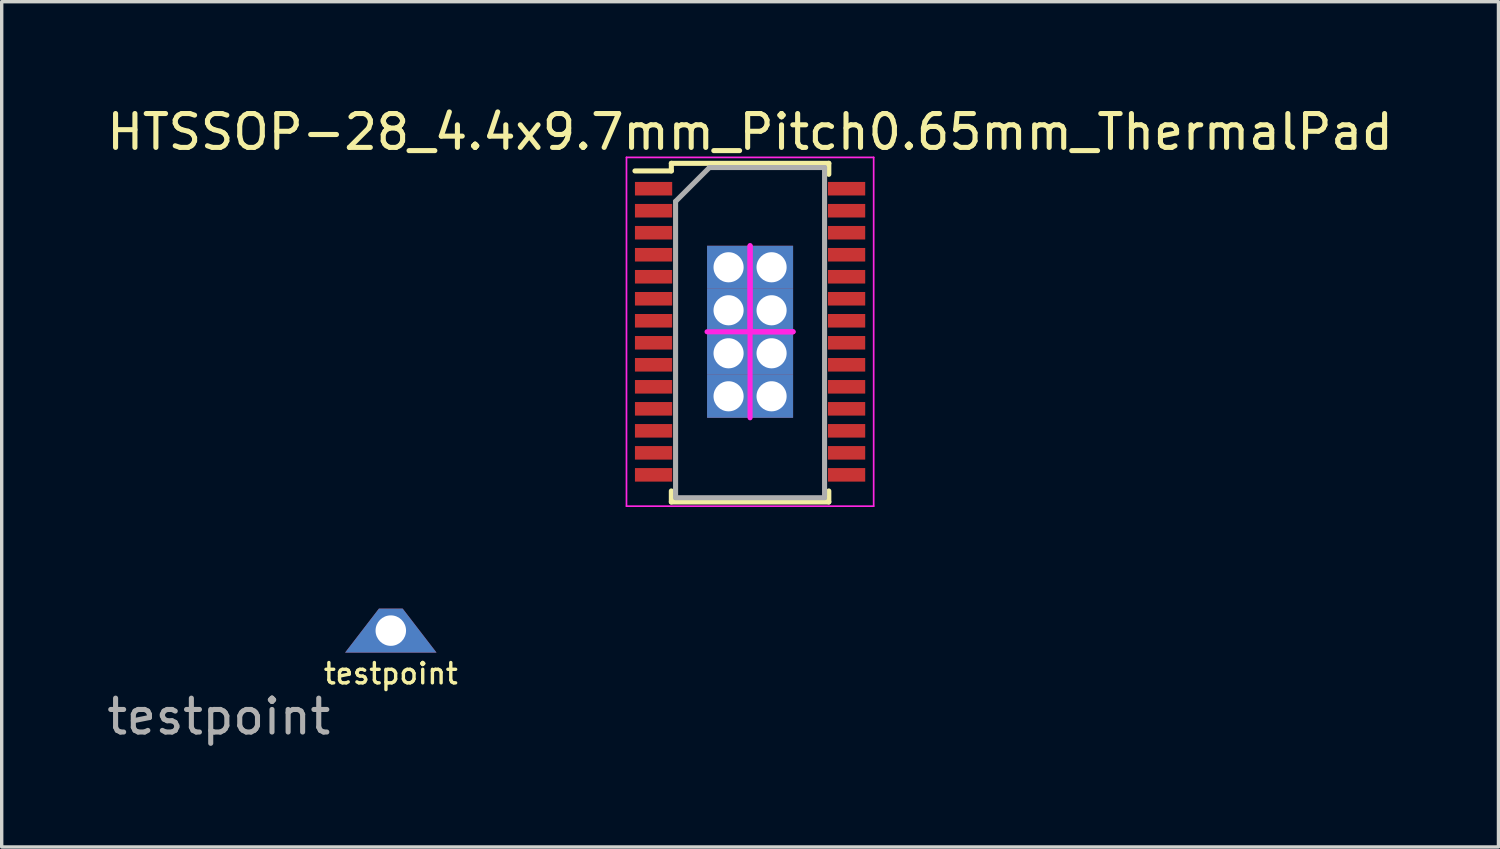
<source format=kicad_pcb>
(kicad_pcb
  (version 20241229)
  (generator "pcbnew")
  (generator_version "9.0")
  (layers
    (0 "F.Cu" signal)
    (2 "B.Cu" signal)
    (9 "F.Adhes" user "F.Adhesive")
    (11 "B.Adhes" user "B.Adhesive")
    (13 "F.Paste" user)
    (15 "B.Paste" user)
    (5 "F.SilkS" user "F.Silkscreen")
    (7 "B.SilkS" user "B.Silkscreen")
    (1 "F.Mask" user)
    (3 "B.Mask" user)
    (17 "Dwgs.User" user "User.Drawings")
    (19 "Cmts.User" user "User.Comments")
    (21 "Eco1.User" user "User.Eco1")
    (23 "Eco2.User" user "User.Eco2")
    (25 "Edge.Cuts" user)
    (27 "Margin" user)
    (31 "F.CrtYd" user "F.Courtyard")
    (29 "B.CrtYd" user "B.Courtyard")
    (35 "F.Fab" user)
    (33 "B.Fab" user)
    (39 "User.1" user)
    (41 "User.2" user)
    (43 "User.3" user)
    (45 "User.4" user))
  (footprint "testpoint"
    (layer "F.Cu")
    (at 8.491 15.573)
    (property "Reference" "testpoint" (at 0 1.27 0) (unlocked yes) (layer "F.SilkS") (effects (font (size 0.6 0.6) (thickness 0.1))))
    (attr through_hole)
    (fp_text user "${REFERENCE}" (at -5.08 2.54 0) (unlocked yes) (layer "F.Fab") (effects (font (size 1 1) (thickness 0.15))))
    (pad "1" thru_hole trapezoid (at 0 0) (size 1.7 1.3) (rect_delta 0 1) (drill 0.9) (property pad_prop_testpoint) (layers "*.Cu" "*.Mask")))
  (footprint "HTSSOP-28_4.4x9.7mm_Pitch0.65mm_ThermalPad"
    (layer "F.Cu")
    (at 19.101 6.748)
    (property "Reference" "HTSSOP-28_4.4x9.7mm_Pitch0.65mm_ThermalPad" (at 0 -5.9 0) (layer "F.SilkS") (effects (font (size 1 1) (thickness 0.15))))
    (attr smd)
    (fp_line (start -2.325 -4.975) (end -2.325 -4.75) (stroke (width 0.15) (type solid)) (layer "F.SilkS"))
    (fp_line (start -2.325 -4.975) (end 2.325 -4.975) (stroke (width 0.15) (type solid)) (layer "F.SilkS"))
    (fp_line (start -2.325 -4.75) (end -3.4 -4.75) (stroke (width 0.15) (type solid)) (layer "F.SilkS"))
    (fp_line (start -2.325 5.026) (end -2.325 4.701) (stroke (width 0.15) (type solid)) (layer "F.SilkS"))
    (fp_line (start -2.325 5.026) (end 2.325 5.026) (stroke (width 0.15) (type solid)) (layer "F.SilkS"))
    (fp_line (start 2.325 -4.975) (end 2.325 -4.65) (stroke (width 0.15) (type solid)) (layer "F.SilkS"))
    (fp_line (start 2.325 5.026) (end 2.325 4.701) (stroke (width 0.15) (type solid)) (layer "F.SilkS"))
    (fp_line (start -3.65 -5.15) (end -3.65 5.15) (stroke (width 0.05) (type solid)) (layer "F.CrtYd"))
    (fp_line (start -3.65 -5.15) (end 3.65 -5.15) (stroke (width 0.05) (type solid)) (layer "F.CrtYd"))
    (fp_line (start -3.65 5.15) (end 3.65 5.15) (stroke (width 0.05) (type solid)) (layer "F.CrtYd"))
    (fp_line (start 0 -2.54) (end 0 2.54) (stroke (width 0.15) (type solid)) (layer "F.CrtYd"))
    (fp_line (start 0 0) (end 0 -2.54) (stroke (width 0.15) (type solid)) (layer "F.CrtYd"))
    (fp_line (start 0 0) (end 1.27 0) (stroke (width 0.15) (type solid)) (layer "F.CrtYd"))
    (fp_line (start 1.27 0) (end -1.27 0) (stroke (width 0.15) (type solid)) (layer "F.CrtYd"))
    (fp_line (start 3.65 -5.15) (end 3.65 5.15) (stroke (width 0.05) (type solid)) (layer "F.CrtYd"))
    (fp_line (start -2.2 -3.85) (end -1.2 -4.85) (stroke (width 0.15) (type solid)) (layer "F.Fab"))
    (fp_line (start -2.2 4.85) (end -2.2 -3.85) (stroke (width 0.15) (type solid)) (layer "F.Fab"))
    (fp_line (start -1.2 -4.85) (end 2.2 -4.85) (stroke (width 0.15) (type solid)) (layer "F.Fab"))
    (fp_line (start 2.2 -4.85) (end 2.2 4.85) (stroke (width 0.15) (type solid)) (layer "F.Fab"))
    (fp_line (start 2.2 4.901) (end -2.2 4.901) (stroke (width 0.15) (type solid)) (layer "F.Fab"))
    (pad "1" smd rect (at -2.85 -4.225) (size 1.1 0.4) (layers "F.Cu" "F.Mask"))
    (pad "2" smd rect (at -2.85 -3.575) (size 1.1 0.4) (layers "F.Cu" "F.Mask"))
    (pad "3" smd rect (at -2.85 -2.925) (size 1.1 0.4) (layers "F.Cu" "F.Mask"))
    (pad "4" smd rect (at -2.85 -2.275) (size 1.1 0.4) (layers "F.Cu" "F.Mask"))
    (pad "5" smd rect (at -2.85 -1.625) (size 1.1 0.4) (layers "F.Cu" "F.Mask"))
    (pad "6" smd rect (at -2.85 -0.975) (size 1.1 0.4) (layers "F.Cu" "F.Mask"))
    (pad "7" smd rect (at -2.85 -0.325) (size 1.1 0.4) (layers "F.Cu" "F.Mask"))
    (pad "8" smd rect (at -2.85 0.325) (size 1.1 0.4) (layers "F.Cu" "F.Mask"))
    (pad "9" smd rect (at -2.85 0.975) (size 1.1 0.4) (layers "F.Cu" "F.Mask"))
    (pad "10" smd rect (at -2.85 1.625) (size 1.1 0.4) (layers "F.Cu" "F.Mask"))
    (pad "11" smd rect (at -2.85 2.275) (size 1.1 0.4) (layers "F.Cu" "F.Mask"))
    (pad "12" smd rect (at -2.85 2.925) (size 1.1 0.4) (layers "F.Cu" "F.Mask"))
    (pad "13" smd rect (at -2.85 3.575) (size 1.1 0.4) (layers "F.Cu" "F.Mask"))
    (pad "14" smd rect (at -2.85 4.225) (size 1.1 0.4) (layers "F.Cu" "F.Mask"))
    (pad "15" smd rect (at 2.85 4.225) (size 1.1 0.4) (layers "F.Cu" "F.Mask"))
    (pad "16" smd rect (at 2.85 3.575) (size 1.1 0.4) (layers "F.Cu" "F.Mask"))
    (pad "17" smd rect (at 2.85 2.925) (size 1.1 0.4) (layers "F.Cu" "F.Mask"))
    (pad "18" smd rect (at 2.85 2.275) (size 1.1 0.4) (layers "F.Cu" "F.Mask"))
    (pad "19" smd rect (at 2.85 1.625) (size 1.1 0.4) (layers "F.Cu" "F.Mask"))
    (pad "20" smd rect (at 2.85 0.975) (size 1.1 0.4) (layers "F.Cu" "F.Mask"))
    (pad "21" smd rect (at 2.85 0.325) (size 1.1 0.4) (layers "F.Cu" "F.Mask"))
    (pad "22" smd rect (at 2.85 -0.325) (size 1.1 0.4) (layers "F.Cu" "F.Mask"))
    (pad "23" smd rect (at 2.85 -0.975) (size 1.1 0.4) (layers "F.Cu" "F.Mask"))
    (pad "24" smd rect (at 2.85 -1.625) (size 1.1 0.4) (layers "F.Cu" "F.Mask"))
    (pad "25" smd rect (at 2.85 -2.275) (size 1.1 0.4) (layers "F.Cu" "F.Mask"))
    (pad "26" smd rect (at 2.85 -2.925) (size 1.1 0.4) (layers "F.Cu" "F.Mask"))
    (pad "27" smd rect (at 2.85 -3.575) (size 1.1 0.4) (layers "F.Cu" "F.Mask"))
    (pad "28" smd rect (at 2.85 -4.225) (size 1.1 0.4) (layers "F.Cu" "F.Mask"))
    (pad "29" thru_hole rect (at -0.635 -1.905) (size 1.27 1.27) (drill 0.889) (layers "*.Cu" "*.Mask"))
    (pad "29" thru_hole rect (at -0.635 -0.635) (size 1.27 1.27) (drill 0.889) (layers "*.Cu" "*.Mask"))
    (pad "29" thru_hole rect (at -0.635 0.635) (size 1.27 1.27) (drill 0.889) (layers "*.Cu" "*.Mask"))
    (pad "29" thru_hole rect (at -0.635 1.905) (size 1.27 1.27) (drill 0.889) (layers "*.Cu" "*.Mask"))
    (pad "29" thru_hole rect (at 0.635 -1.905) (size 1.27 1.27) (drill 0.889) (layers "*.Cu" "*.Mask"))
    (pad "29" thru_hole rect (at 0.635 -0.635) (size 1.27 1.27) (drill 0.889) (layers "*.Cu" "*.Mask"))
    (pad "29" thru_hole rect (at 0.635 0.635) (size 1.27 1.27) (drill 0.889) (layers "*.Cu" "*.Mask"))
    (pad "29" thru_hole rect (at 0.635 1.905) (size 1.27 1.27) (drill 0.889) (layers "*.Cu" "*.Mask")))
  (gr_rect
    (start -3 -3)
    (end 41.202 21.962)
    (stroke (width 0.1) (type default))
    (fill no)
    (layer "Edge.Cuts")))
</source>
